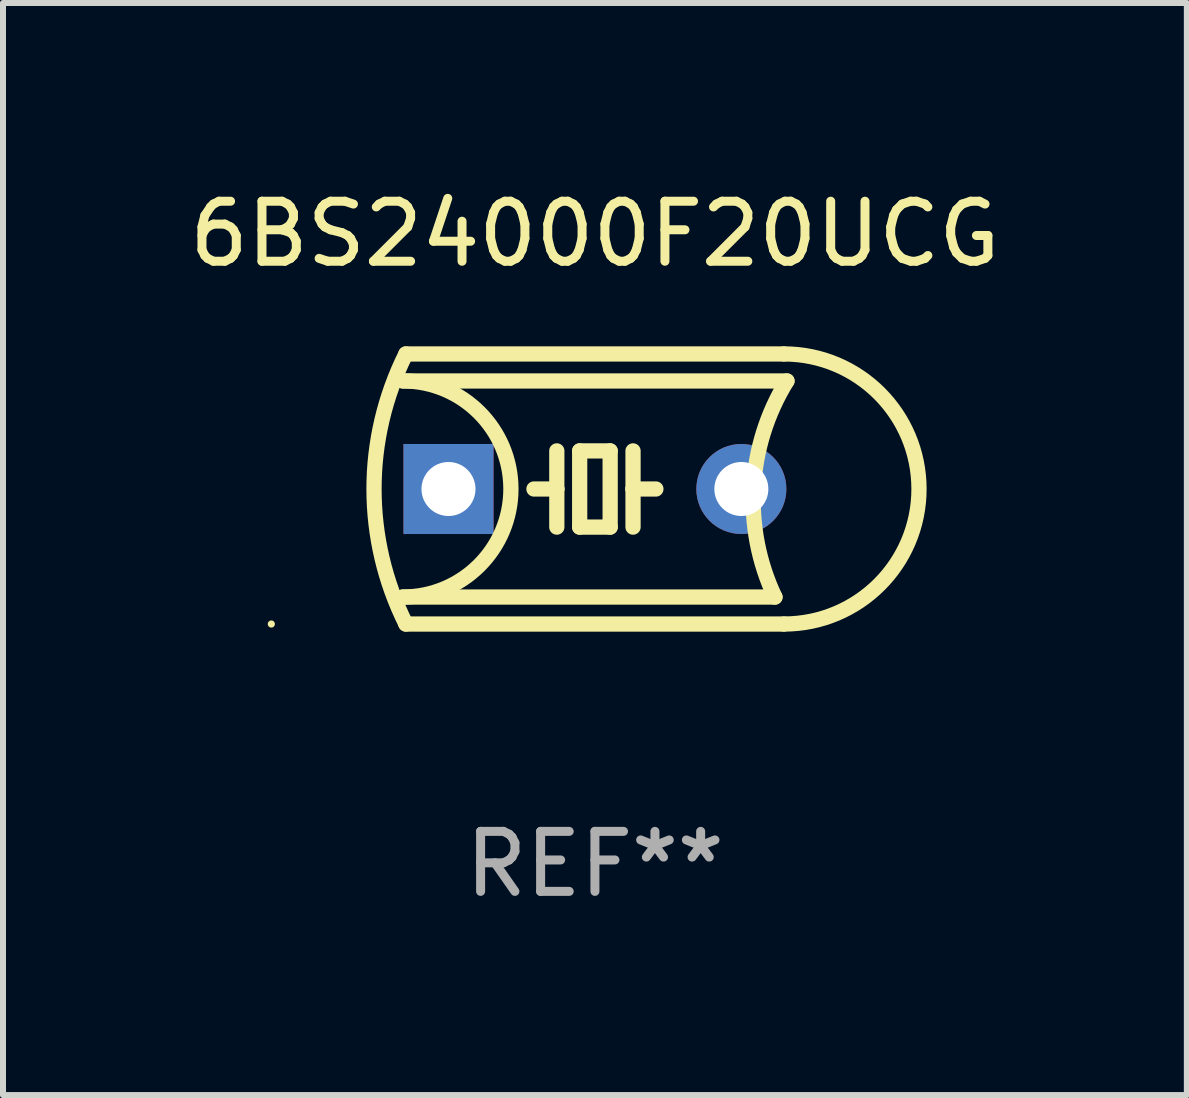
<source format=kicad_pcb>
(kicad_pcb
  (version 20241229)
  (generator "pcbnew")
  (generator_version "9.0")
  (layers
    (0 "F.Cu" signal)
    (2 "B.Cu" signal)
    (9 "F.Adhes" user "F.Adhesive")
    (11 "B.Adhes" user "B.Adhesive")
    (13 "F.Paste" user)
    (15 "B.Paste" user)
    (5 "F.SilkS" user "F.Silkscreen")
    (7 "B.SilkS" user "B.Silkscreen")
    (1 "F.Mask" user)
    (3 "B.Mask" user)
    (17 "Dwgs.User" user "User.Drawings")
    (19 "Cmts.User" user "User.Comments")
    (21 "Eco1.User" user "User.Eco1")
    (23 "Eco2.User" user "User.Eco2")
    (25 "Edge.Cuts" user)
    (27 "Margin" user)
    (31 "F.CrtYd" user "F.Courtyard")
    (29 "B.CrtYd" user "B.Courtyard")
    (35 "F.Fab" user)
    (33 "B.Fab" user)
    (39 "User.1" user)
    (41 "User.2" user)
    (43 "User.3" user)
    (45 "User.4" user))
  (footprint "6BS24000F20UCG"
    (layer "F.Cu")
    (at 6.863 5.098)
    (property "Reference" "6BS24000F20UCG" (at 0 -4.25 0) (layer "F.SilkS") (effects (font (size 1 1) (thickness 0.15))))
    (attr through_hole)
    (fp_line (start -3.2 -1.8) (end 3.2 -1.8) (stroke (width 0.254) (type solid)) (layer "F.SilkS"))
    (fp_line (start -3.15 2.25) (end 3.15 2.25) (stroke (width 0.254) (type solid)) (layer "F.SilkS"))
    (fp_line (start -0.635 -0.635) (end -0.635 0) (stroke (width 0.254) (type solid)) (layer "F.SilkS"))
    (fp_line (start -0.635 0) (end -1.016 0) (stroke (width 0.254) (type solid)) (layer "F.SilkS"))
    (fp_line (start -0.635 0) (end -0.635 0.635) (stroke (width 0.254) (type solid)) (layer "F.SilkS"))
    (fp_line (start -0.254 -0.635) (end -0.254 0.635) (stroke (width 0.254) (type solid)) (layer "F.SilkS"))
    (fp_line (start -0.254 0.635) (end 0.254 0.635) (stroke (width 0.254) (type solid)) (layer "F.SilkS"))
    (fp_line (start 0.254 -0.635) (end -0.254 -0.635) (stroke (width 0.254) (type solid)) (layer "F.SilkS"))
    (fp_line (start 0.254 0.635) (end 0.254 -0.635) (stroke (width 0.254) (type solid)) (layer "F.SilkS"))
    (fp_line (start 0.635 -0.635) (end 0.635 0) (stroke (width 0.254) (type solid)) (layer "F.SilkS"))
    (fp_line (start 0.635 0) (end 0.635 0.635) (stroke (width 0.254) (type solid)) (layer "F.SilkS"))
    (fp_line (start 0.635 0) (end 1.016 0) (stroke (width 0.254) (type solid)) (layer "F.SilkS"))
    (fp_line (start 3 1.8) (end -3.2 1.8) (stroke (width 0.254) (type solid)) (layer "F.SilkS"))
    (fp_line (start 3.15 -2.25) (end -3.15 -2.25) (stroke (width 0.254) (type solid)) (layer "F.SilkS"))
    (fp_arc (start -3.200406 -1.800864) (mid -1.399974 -0.000635) (end -3.2 1.8) (stroke (width 0.254001) (type solid)) (layer "F.SilkS"))
    (fp_arc (start -3.149606 2.250444) (mid -3.680941 0.000261) (end -3.149987 -2.250013) (stroke (width 0.254001) (type solid)) (layer "F.SilkS"))
    (fp_arc (start 2.999746 1.800863) (mid 2.642982 -0.024977) (end 3.2 -1.8) (stroke (width 0.254001) (type solid)) (layer "F.SilkS"))
    (fp_arc (start 3.149607 -2.250445) (mid 5.399848 -0.000406) (end 3.149987 2.250013) (stroke (width 0.254001) (type solid)) (layer "F.SilkS"))
    (fp_circle (center -5.392 2.25) (end -5.362 2.25) (stroke (width 0.06) (type solid)) (fill no) (layer "F.SilkS"))
    (fp_text user "REF**" (at 0 6.25 0) (layer "F.Fab") (effects (font (size 1 1) (thickness 0.15))))
    (pad "1" thru_hole rect (at -2.44 0) (size 1.5 1.5) (drill 0.9) (layers "*.Cu" "*.Mask"))
    (pad "2" thru_hole circle (at 2.44 0) (size 1.5 1.5) (drill 0.9) (layers "*.Cu" "*.Mask")))
  (gr_rect
    (start -3 -3)
    (end 16.726 15.197)
    (stroke (width 0.1) (type default))
    (fill no)
    (layer "Edge.Cuts")))
</source>
